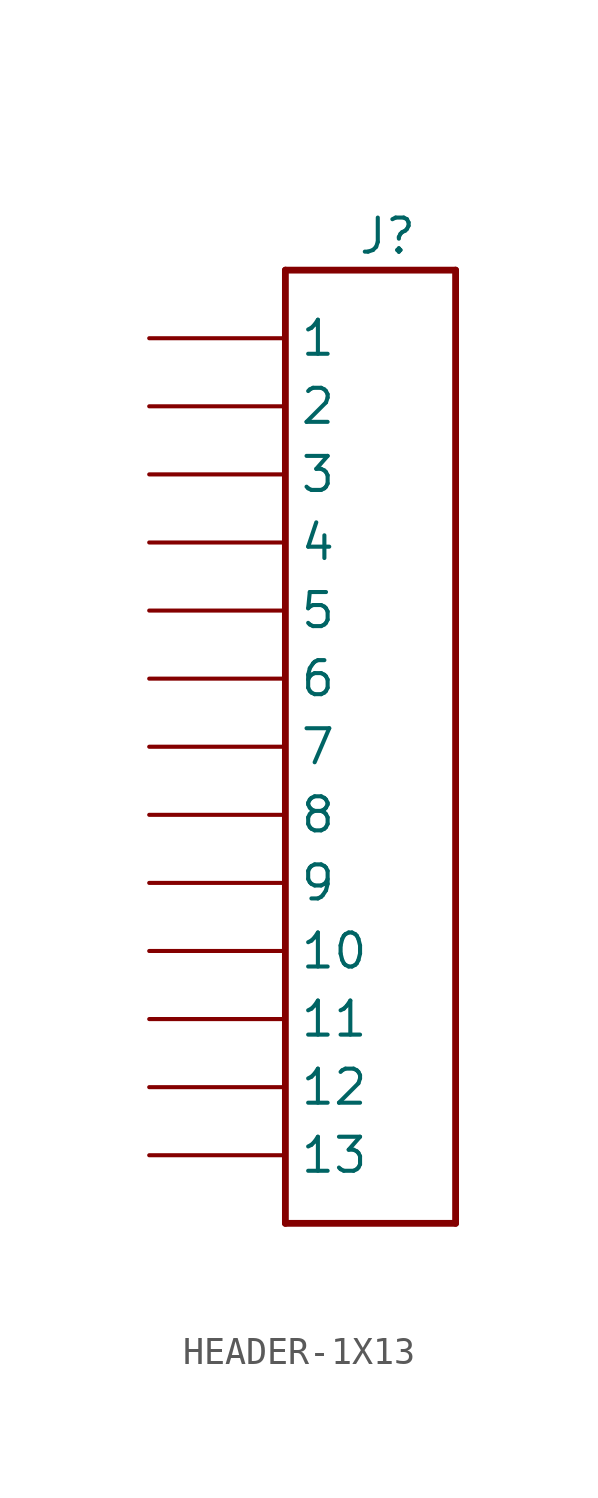
<source format=kicad_sym>
(kicad_symbol_lib
  (version 20220914)
  (generator kicad_symbol_editor)
  (symbol "HEADER-1X13"
    (pin_numbers hide)
    (property "Reference" "J"
      (at 0 17.78 0)
      (effects (font (size 1.27 1.27))))
    (symbol "HEADER-1X13_1_0"
      (polyline (pts (xy -3.81 -19.05) (xy -3.81 16.51)) (stroke (width 0.254) (type solid)) (fill (type none)))
      (polyline (pts (xy -3.81 16.51) (xy 2.54 16.51)) (stroke (width 0.254) (type solid)) (fill (type none)))
      (polyline (pts (xy 2.54 -19.05) (xy -3.81 -19.05)) (stroke (width 0.254) (type solid)) (fill (type none)))
      (polyline (pts (xy 2.54 16.51) (xy 2.54 -19.05)) (stroke (width 0.254) (type solid)) (fill (type none)))
      (pin bidirectional line (at -8.89 13.97 0) (length 5.08) (name "1" (effects (font (size 1.27 1.27)))) (number "1" (effects (font (size 1.27 1.27)))))
      (pin bidirectional line (at -8.89 -8.89 0) (length 5.08) (name "10" (effects (font (size 1.27 1.27)))) (number "10" (effects (font (size 1.27 1.27)))))
      (pin bidirectional line (at -8.89 -11.43 0) (length 5.08) (name "11" (effects (font (size 1.27 1.27)))) (number "11" (effects (font (size 1.27 1.27)))))
      (pin bidirectional line (at -8.89 -13.97 0) (length 5.08) (name "12" (effects (font (size 1.27 1.27)))) (number "12" (effects (font (size 1.27 1.27)))))
      (pin bidirectional line (at -8.89 -16.51 0) (length 5.08) (name "13" (effects (font (size 1.27 1.27)))) (number "13" (effects (font (size 1.27 1.27)))))
      (pin bidirectional line (at -8.89 11.43 0) (length 5.08) (name "2" (effects (font (size 1.27 1.27)))) (number "2" (effects (font (size 1.27 1.27)))))
      (pin bidirectional line (at -8.89 8.89 0) (length 5.08) (name "3" (effects (font (size 1.27 1.27)))) (number "3" (effects (font (size 1.27 1.27)))))
      (pin bidirectional line (at -8.89 6.35 0) (length 5.08) (name "4" (effects (font (size 1.27 1.27)))) (number "4" (effects (font (size 1.27 1.27)))))
      (pin bidirectional line (at -8.89 3.81 0) (length 5.08) (name "5" (effects (font (size 1.27 1.27)))) (number "5" (effects (font (size 1.27 1.27)))))
      (pin bidirectional line (at -8.89 1.27 0) (length 5.08) (name "6" (effects (font (size 1.27 1.27)))) (number "6" (effects (font (size 1.27 1.27)))))
      (pin bidirectional line (at -8.89 -1.27 0) (length 5.08) (name "7" (effects (font (size 1.27 1.27)))) (number "7" (effects (font (size 1.27 1.27)))))
      (pin bidirectional line (at -8.89 -3.81 0) (length 5.08) (name "8" (effects (font (size 1.27 1.27)))) (number "8" (effects (font (size 1.27 1.27)))))
      (pin bidirectional line (at -8.89 -6.35 0) (length 5.08) (name "9" (effects (font (size 1.27 1.27)))) (number "9" (effects (font (size 1.27 1.27))))))))
</source>
